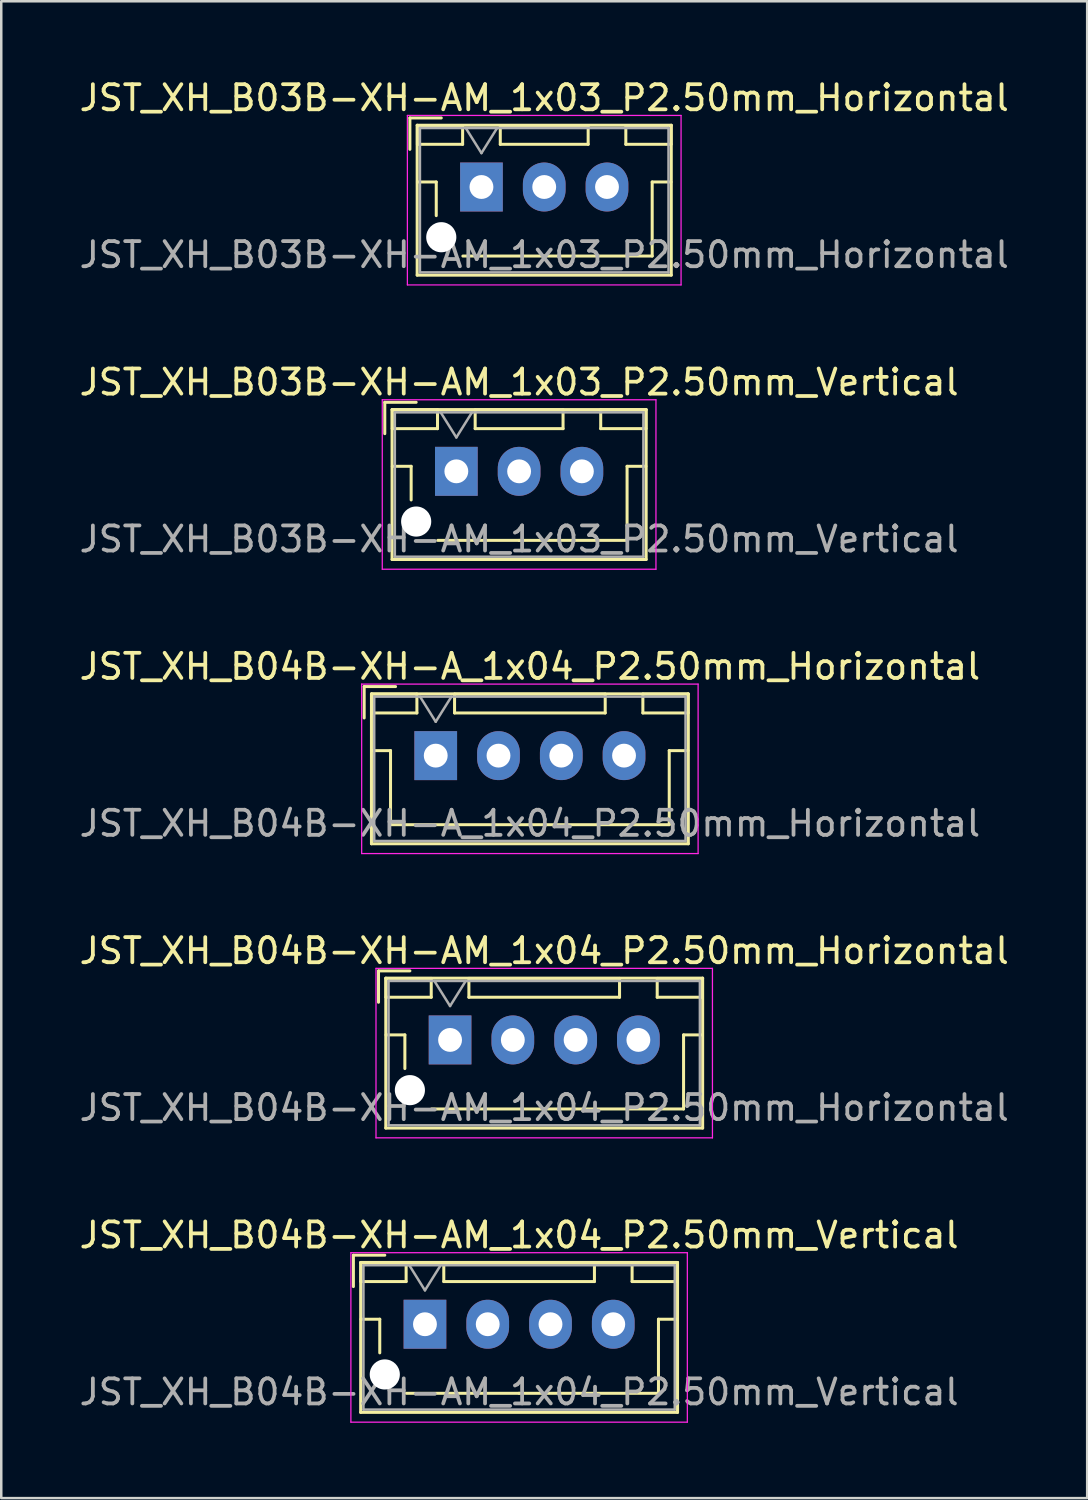
<source format=kicad_pcb>
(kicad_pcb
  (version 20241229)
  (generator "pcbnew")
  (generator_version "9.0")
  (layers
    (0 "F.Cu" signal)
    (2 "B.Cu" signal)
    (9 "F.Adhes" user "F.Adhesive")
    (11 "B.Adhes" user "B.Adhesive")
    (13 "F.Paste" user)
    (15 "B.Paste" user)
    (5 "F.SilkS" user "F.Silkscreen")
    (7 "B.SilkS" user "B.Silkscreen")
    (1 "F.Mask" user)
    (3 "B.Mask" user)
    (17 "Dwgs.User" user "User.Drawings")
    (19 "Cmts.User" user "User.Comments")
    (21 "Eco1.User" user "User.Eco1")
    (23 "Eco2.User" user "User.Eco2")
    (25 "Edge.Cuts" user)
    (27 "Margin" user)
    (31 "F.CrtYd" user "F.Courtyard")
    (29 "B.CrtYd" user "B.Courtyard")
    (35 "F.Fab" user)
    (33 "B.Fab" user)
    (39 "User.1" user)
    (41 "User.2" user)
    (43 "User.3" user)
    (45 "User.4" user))
  (footprint "JST_XH_B03B-XH-AM_1x03_P2.50mm_Vertical"
    (layer "F.Cu")
    (at 15.125 15.722)
    (property "Reference" "JST_XH_B03B-XH-AM_1x03_P2.50mm_Vertical" (at 2.5 -3.55 0) (layer "F.SilkS") (effects (font (size 1 1) (thickness 0.15))))
    (attr through_hole)
    (fp_line (start -2.85 -2.75) (end -2.85 -1.5) (stroke (width 0.12) (type solid)) (layer "F.SilkS"))
    (fp_line (start -2.56 -2.46) (end -2.56 3.51) (stroke (width 0.12) (type solid)) (layer "F.SilkS"))
    (fp_line (start -2.56 3.51) (end 7.56 3.51) (stroke (width 0.12) (type solid)) (layer "F.SilkS"))
    (fp_line (start -2.55 -2.45) (end -2.55 -1.7) (stroke (width 0.12) (type solid)) (layer "F.SilkS"))
    (fp_line (start -2.55 -1.7) (end -0.75 -1.7) (stroke (width 0.12) (type solid)) (layer "F.SilkS"))
    (fp_line (start -2.55 -0.2) (end -1.8 -0.2) (stroke (width 0.12) (type solid)) (layer "F.SilkS"))
    (fp_line (start -1.8 -0.2) (end -1.8 1.14) (stroke (width 0.12) (type solid)) (layer "F.SilkS"))
    (fp_line (start -1.6 -2.75) (end -2.85 -2.75) (stroke (width 0.12) (type solid)) (layer "F.SilkS"))
    (fp_line (start -0.75 -2.45) (end -2.55 -2.45) (stroke (width 0.12) (type solid)) (layer "F.SilkS"))
    (fp_line (start -0.75 -1.7) (end -0.75 -2.45) (stroke (width 0.12) (type solid)) (layer "F.SilkS"))
    (fp_line (start 0.75 -2.45) (end 0.75 -1.7) (stroke (width 0.12) (type solid)) (layer "F.SilkS"))
    (fp_line (start 0.75 -1.7) (end 4.25 -1.7) (stroke (width 0.12) (type solid)) (layer "F.SilkS"))
    (fp_line (start 2.5 2.75) (end -0.74 2.75) (stroke (width 0.12) (type solid)) (layer "F.SilkS"))
    (fp_line (start 4.25 -2.45) (end 0.75 -2.45) (stroke (width 0.12) (type solid)) (layer "F.SilkS"))
    (fp_line (start 4.25 -1.7) (end 4.25 -2.45) (stroke (width 0.12) (type solid)) (layer "F.SilkS"))
    (fp_line (start 5.75 -2.45) (end 5.75 -1.7) (stroke (width 0.12) (type solid)) (layer "F.SilkS"))
    (fp_line (start 5.75 -1.7) (end 7.55 -1.7) (stroke (width 0.12) (type solid)) (layer "F.SilkS"))
    (fp_line (start 6.8 -0.2) (end 6.8 2.75) (stroke (width 0.12) (type solid)) (layer "F.SilkS"))
    (fp_line (start 6.8 2.75) (end 2.5 2.75) (stroke (width 0.12) (type solid)) (layer "F.SilkS"))
    (fp_line (start 7.55 -2.45) (end 5.75 -2.45) (stroke (width 0.12) (type solid)) (layer "F.SilkS"))
    (fp_line (start 7.55 -1.7) (end 7.55 -2.45) (stroke (width 0.12) (type solid)) (layer "F.SilkS"))
    (fp_line (start 7.55 -0.2) (end 6.8 -0.2) (stroke (width 0.12) (type solid)) (layer "F.SilkS"))
    (fp_line (start 7.56 -2.46) (end -2.56 -2.46) (stroke (width 0.12) (type solid)) (layer "F.SilkS"))
    (fp_line (start 7.56 3.51) (end 7.56 -2.46) (stroke (width 0.12) (type solid)) (layer "F.SilkS"))
    (fp_line (start -2.95 -2.85) (end -2.95 3.9) (stroke (width 0.05) (type solid)) (layer "F.CrtYd"))
    (fp_line (start -2.95 3.9) (end 7.95 3.9) (stroke (width 0.05) (type solid)) (layer "F.CrtYd"))
    (fp_line (start 7.95 -2.85) (end -2.95 -2.85) (stroke (width 0.05) (type solid)) (layer "F.CrtYd"))
    (fp_line (start 7.95 3.9) (end 7.95 -2.85) (stroke (width 0.05) (type solid)) (layer "F.CrtYd"))
    (fp_line (start -2.45 -2.35) (end -2.45 3.4) (stroke (width 0.1) (type solid)) (layer "F.Fab"))
    (fp_line (start -2.45 3.4) (end 7.45 3.4) (stroke (width 0.1) (type solid)) (layer "F.Fab"))
    (fp_line (start -0.625 -2.35) (end 0 -1.35) (stroke (width 0.1) (type solid)) (layer "F.Fab"))
    (fp_line (start 0 -1.35) (end 0.625 -2.35) (stroke (width 0.1) (type solid)) (layer "F.Fab"))
    (fp_line (start 7.45 -2.35) (end -2.45 -2.35) (stroke (width 0.1) (type solid)) (layer "F.Fab"))
    (fp_line (start 7.45 3.4) (end 7.45 -2.35) (stroke (width 0.1) (type solid)) (layer "F.Fab"))
    (fp_text user "${REFERENCE}" (at 2.5 2.7 0) (layer "F.Fab") (effects (font (size 1 1) (thickness 0.15))))
    (pad "" np_thru_hole circle (at -1.6 2) (size 1.2 1.2) (drill 1.2) (layers "*.Cu" "*.Mask"))
    (pad "1" thru_hole rect (at 0 0) (size 1.7 1.95) (drill 0.95) (layers "*.Cu" "*.Mask"))
    (pad "2" thru_hole oval (at 2.5 0) (size 1.7 1.95) (drill 0.95) (layers "*.Cu" "*.Mask"))
    (pad "3" thru_hole oval (at 5 0) (size 1.7 1.95) (drill 0.95) (layers "*.Cu" "*.Mask")))
  (footprint "JST_XH_B03B-XH-AM_1x03_P2.50mm_Horizontal"
    (layer "F.Cu")
    (at 16.125 4.398)
    (property "Reference" "JST_XH_B03B-XH-AM_1x03_P2.50mm_Horizontal" (at 2.5 -3.55 0) (layer "F.SilkS") (effects (font (size 1 1) (thickness 0.15))))
    (attr through_hole)
    (fp_line (start -2.85 -2.75) (end -2.85 -1.5) (stroke (width 0.12) (type solid)) (layer "F.SilkS"))
    (fp_line (start -2.56 -2.46) (end -2.56 3.51) (stroke (width 0.12) (type solid)) (layer "F.SilkS"))
    (fp_line (start -2.56 3.51) (end 7.56 3.51) (stroke (width 0.12) (type solid)) (layer "F.SilkS"))
    (fp_line (start -2.55 -2.45) (end -2.55 -1.7) (stroke (width 0.12) (type solid)) (layer "F.SilkS"))
    (fp_line (start -2.55 -1.7) (end -0.75 -1.7) (stroke (width 0.12) (type solid)) (layer "F.SilkS"))
    (fp_line (start -2.55 -0.2) (end -1.8 -0.2) (stroke (width 0.12) (type solid)) (layer "F.SilkS"))
    (fp_line (start -1.8 -0.2) (end -1.8 1.14) (stroke (width 0.12) (type solid)) (layer "F.SilkS"))
    (fp_line (start -1.6 -2.75) (end -2.85 -2.75) (stroke (width 0.12) (type solid)) (layer "F.SilkS"))
    (fp_line (start -0.75 -2.45) (end -2.55 -2.45) (stroke (width 0.12) (type solid)) (layer "F.SilkS"))
    (fp_line (start -0.75 -1.7) (end -0.75 -2.45) (stroke (width 0.12) (type solid)) (layer "F.SilkS"))
    (fp_line (start 0.75 -2.45) (end 0.75 -1.7) (stroke (width 0.12) (type solid)) (layer "F.SilkS"))
    (fp_line (start 0.75 -1.7) (end 4.25 -1.7) (stroke (width 0.12) (type solid)) (layer "F.SilkS"))
    (fp_line (start 2.5 2.75) (end -0.74 2.75) (stroke (width 0.12) (type solid)) (layer "F.SilkS"))
    (fp_line (start 4.25 -2.45) (end 0.75 -2.45) (stroke (width 0.12) (type solid)) (layer "F.SilkS"))
    (fp_line (start 4.25 -1.7) (end 4.25 -2.45) (stroke (width 0.12) (type solid)) (layer "F.SilkS"))
    (fp_line (start 5.75 -2.45) (end 5.75 -1.7) (stroke (width 0.12) (type solid)) (layer "F.SilkS"))
    (fp_line (start 5.75 -1.7) (end 7.55 -1.7) (stroke (width 0.12) (type solid)) (layer "F.SilkS"))
    (fp_line (start 6.8 -0.2) (end 6.8 2.75) (stroke (width 0.12) (type solid)) (layer "F.SilkS"))
    (fp_line (start 6.8 2.75) (end 2.5 2.75) (stroke (width 0.12) (type solid)) (layer "F.SilkS"))
    (fp_line (start 7.55 -2.45) (end 5.75 -2.45) (stroke (width 0.12) (type solid)) (layer "F.SilkS"))
    (fp_line (start 7.55 -1.7) (end 7.55 -2.45) (stroke (width 0.12) (type solid)) (layer "F.SilkS"))
    (fp_line (start 7.55 -0.2) (end 6.8 -0.2) (stroke (width 0.12) (type solid)) (layer "F.SilkS"))
    (fp_line (start 7.56 -2.46) (end -2.56 -2.46) (stroke (width 0.12) (type solid)) (layer "F.SilkS"))
    (fp_line (start 7.56 3.51) (end 7.56 -2.46) (stroke (width 0.12) (type solid)) (layer "F.SilkS"))
    (fp_line (start -2.95 -2.85) (end -2.95 3.9) (stroke (width 0.05) (type solid)) (layer "F.CrtYd"))
    (fp_line (start -2.95 3.9) (end 7.95 3.9) (stroke (width 0.05) (type solid)) (layer "F.CrtYd"))
    (fp_line (start 7.95 -2.85) (end -2.95 -2.85) (stroke (width 0.05) (type solid)) (layer "F.CrtYd"))
    (fp_line (start 7.95 3.9) (end 7.95 -2.85) (stroke (width 0.05) (type solid)) (layer "F.CrtYd"))
    (fp_line (start -2.45 -2.35) (end -2.45 3.4) (stroke (width 0.1) (type solid)) (layer "F.Fab"))
    (fp_line (start -2.45 3.4) (end 7.45 3.4) (stroke (width 0.1) (type solid)) (layer "F.Fab"))
    (fp_line (start -0.625 -2.35) (end 0 -1.35) (stroke (width 0.1) (type solid)) (layer "F.Fab"))
    (fp_line (start 0 -1.35) (end 0.625 -2.35) (stroke (width 0.1) (type solid)) (layer "F.Fab"))
    (fp_line (start 7.45 -2.35) (end -2.45 -2.35) (stroke (width 0.1) (type solid)) (layer "F.Fab"))
    (fp_line (start 7.45 3.4) (end 7.45 -2.35) (stroke (width 0.1) (type solid)) (layer "F.Fab"))
    (fp_text user "${REFERENCE}" (at 2.5 2.7 0) (layer "F.Fab") (effects (font (size 1 1) (thickness 0.15))))
    (pad "" np_thru_hole circle (at -1.6 2) (size 1.2 1.2) (drill 1.2) (layers "*.Cu" "*.Mask"))
    (pad "1" thru_hole rect (at 0 0) (size 1.7 1.95) (drill 0.95) (layers "*.Cu" "*.Mask"))
    (pad "2" thru_hole oval (at 2.5 0) (size 1.7 1.95) (drill 0.95) (layers "*.Cu" "*.Mask"))
    (pad "3" thru_hole oval (at 5 0) (size 1.7 1.95) (drill 0.95) (layers "*.Cu" "*.Mask")))
  (footprint "JST_XH_B04B-XH-AM_1x04_P2.50mm_Horizontal"
    (layer "F.Cu")
    (at 14.875 38.368)
    (property "Reference" "JST_XH_B04B-XH-AM_1x04_P2.50mm_Horizontal" (at 3.75 -3.55 0) (layer "F.SilkS") (effects (font (size 1 1) (thickness 0.15))))
    (attr through_hole)
    (fp_line (start -2.85 -2.75) (end -2.85 -1.5) (stroke (width 0.12) (type solid)) (layer "F.SilkS"))
    (fp_line (start -2.56 -2.46) (end -2.56 3.51) (stroke (width 0.12) (type solid)) (layer "F.SilkS"))
    (fp_line (start -2.56 3.51) (end 10.06 3.51) (stroke (width 0.12) (type solid)) (layer "F.SilkS"))
    (fp_line (start -2.55 -2.45) (end -2.55 -1.7) (stroke (width 0.12) (type solid)) (layer "F.SilkS"))
    (fp_line (start -2.55 -1.7) (end -0.75 -1.7) (stroke (width 0.12) (type solid)) (layer "F.SilkS"))
    (fp_line (start -2.55 -0.2) (end -1.8 -0.2) (stroke (width 0.12) (type solid)) (layer "F.SilkS"))
    (fp_line (start -1.8 -0.2) (end -1.8 1.14) (stroke (width 0.12) (type solid)) (layer "F.SilkS"))
    (fp_line (start -1.6 -2.75) (end -2.85 -2.75) (stroke (width 0.12) (type solid)) (layer "F.SilkS"))
    (fp_line (start -0.75 -2.45) (end -2.55 -2.45) (stroke (width 0.12) (type solid)) (layer "F.SilkS"))
    (fp_line (start -0.75 -1.7) (end -0.75 -2.45) (stroke (width 0.12) (type solid)) (layer "F.SilkS"))
    (fp_line (start 0.75 -2.45) (end 0.75 -1.7) (stroke (width 0.12) (type solid)) (layer "F.SilkS"))
    (fp_line (start 0.75 -1.7) (end 6.75 -1.7) (stroke (width 0.12) (type solid)) (layer "F.SilkS"))
    (fp_line (start 3.75 2.75) (end -0.74 2.75) (stroke (width 0.12) (type solid)) (layer "F.SilkS"))
    (fp_line (start 6.75 -2.45) (end 0.75 -2.45) (stroke (width 0.12) (type solid)) (layer "F.SilkS"))
    (fp_line (start 6.75 -1.7) (end 6.75 -2.45) (stroke (width 0.12) (type solid)) (layer "F.SilkS"))
    (fp_line (start 8.25 -2.45) (end 8.25 -1.7) (stroke (width 0.12) (type solid)) (layer "F.SilkS"))
    (fp_line (start 8.25 -1.7) (end 10.05 -1.7) (stroke (width 0.12) (type solid)) (layer "F.SilkS"))
    (fp_line (start 9.3 -0.2) (end 9.3 2.75) (stroke (width 0.12) (type solid)) (layer "F.SilkS"))
    (fp_line (start 9.3 2.75) (end 3.75 2.75) (stroke (width 0.12) (type solid)) (layer "F.SilkS"))
    (fp_line (start 10.05 -2.45) (end 8.25 -2.45) (stroke (width 0.12) (type solid)) (layer "F.SilkS"))
    (fp_line (start 10.05 -1.7) (end 10.05 -2.45) (stroke (width 0.12) (type solid)) (layer "F.SilkS"))
    (fp_line (start 10.05 -0.2) (end 9.3 -0.2) (stroke (width 0.12) (type solid)) (layer "F.SilkS"))
    (fp_line (start 10.06 -2.46) (end -2.56 -2.46) (stroke (width 0.12) (type solid)) (layer "F.SilkS"))
    (fp_line (start 10.06 3.51) (end 10.06 -2.46) (stroke (width 0.12) (type solid)) (layer "F.SilkS"))
    (fp_line (start -2.95 -2.85) (end -2.95 3.9) (stroke (width 0.05) (type solid)) (layer "F.CrtYd"))
    (fp_line (start -2.95 3.9) (end 10.45 3.9) (stroke (width 0.05) (type solid)) (layer "F.CrtYd"))
    (fp_line (start 10.45 -2.85) (end -2.95 -2.85) (stroke (width 0.05) (type solid)) (layer "F.CrtYd"))
    (fp_line (start 10.45 3.9) (end 10.45 -2.85) (stroke (width 0.05) (type solid)) (layer "F.CrtYd"))
    (fp_line (start -2.45 -2.35) (end -2.45 3.4) (stroke (width 0.1) (type solid)) (layer "F.Fab"))
    (fp_line (start -2.45 3.4) (end 9.95 3.4) (stroke (width 0.1) (type solid)) (layer "F.Fab"))
    (fp_line (start -0.625 -2.35) (end 0 -1.35) (stroke (width 0.1) (type solid)) (layer "F.Fab"))
    (fp_line (start 0 -1.35) (end 0.625 -2.35) (stroke (width 0.1) (type solid)) (layer "F.Fab"))
    (fp_line (start 9.95 -2.35) (end -2.45 -2.35) (stroke (width 0.1) (type solid)) (layer "F.Fab"))
    (fp_line (start 9.95 3.4) (end 9.95 -2.35) (stroke (width 0.1) (type solid)) (layer "F.Fab"))
    (fp_text user "${REFERENCE}" (at 3.75 2.7 0) (layer "F.Fab") (effects (font (size 1 1) (thickness 0.15))))
    (pad "" np_thru_hole circle (at -1.6 2) (size 1.2 1.2) (drill 1.2) (layers "*.Cu" "*.Mask"))
    (pad "1" thru_hole rect (at 0 0) (size 1.7 1.95) (drill 0.95) (layers "*.Cu" "*.Mask"))
    (pad "2" thru_hole oval (at 2.5 0) (size 1.7 1.95) (drill 0.95) (layers "*.Cu" "*.Mask"))
    (pad "3" thru_hole oval (at 5 0) (size 1.7 1.95) (drill 0.95) (layers "*.Cu" "*.Mask"))
    (pad "4" thru_hole oval (at 7.5 0) (size 1.7 1.95) (drill 0.95) (layers "*.Cu" "*.Mask")))
  (footprint "JST_XH_B04B-XH-A_1x04_P2.50mm_Horizontal"
    (layer "F.Cu")
    (at 14.304 27.045)
    (property "Reference" "JST_XH_B04B-XH-A_1x04_P2.50mm_Horizontal" (at 3.75 -3.55 0) (layer "F.SilkS") (effects (font (size 1 1) (thickness 0.15))))
    (attr through_hole)
    (fp_line (start -2.85 -2.75) (end -2.85 -1.5) (stroke (width 0.12) (type solid)) (layer "F.SilkS"))
    (fp_line (start -2.56 -2.46) (end -2.56 3.51) (stroke (width 0.12) (type solid)) (layer "F.SilkS"))
    (fp_line (start -2.56 3.51) (end 10.06 3.51) (stroke (width 0.12) (type solid)) (layer "F.SilkS"))
    (fp_line (start -2.55 -2.45) (end -2.55 -1.7) (stroke (width 0.12) (type solid)) (layer "F.SilkS"))
    (fp_line (start -2.55 -1.7) (end -0.75 -1.7) (stroke (width 0.12) (type solid)) (layer "F.SilkS"))
    (fp_line (start -2.55 -0.2) (end -1.8 -0.2) (stroke (width 0.12) (type solid)) (layer "F.SilkS"))
    (fp_line (start -1.8 -0.2) (end -1.8 2.75) (stroke (width 0.12) (type solid)) (layer "F.SilkS"))
    (fp_line (start -1.8 2.75) (end 3.75 2.75) (stroke (width 0.12) (type solid)) (layer "F.SilkS"))
    (fp_line (start -1.6 -2.75) (end -2.85 -2.75) (stroke (width 0.12) (type solid)) (layer "F.SilkS"))
    (fp_line (start -0.75 -2.45) (end -2.55 -2.45) (stroke (width 0.12) (type solid)) (layer "F.SilkS"))
    (fp_line (start -0.75 -1.7) (end -0.75 -2.45) (stroke (width 0.12) (type solid)) (layer "F.SilkS"))
    (fp_line (start 0.75 -2.45) (end 0.75 -1.7) (stroke (width 0.12) (type solid)) (layer "F.SilkS"))
    (fp_line (start 0.75 -1.7) (end 6.75 -1.7) (stroke (width 0.12) (type solid)) (layer "F.SilkS"))
    (fp_line (start 6.75 -2.45) (end 0.75 -2.45) (stroke (width 0.12) (type solid)) (layer "F.SilkS"))
    (fp_line (start 6.75 -1.7) (end 6.75 -2.45) (stroke (width 0.12) (type solid)) (layer "F.SilkS"))
    (fp_line (start 8.25 -2.45) (end 8.25 -1.7) (stroke (width 0.12) (type solid)) (layer "F.SilkS"))
    (fp_line (start 8.25 -1.7) (end 10.05 -1.7) (stroke (width 0.12) (type solid)) (layer "F.SilkS"))
    (fp_line (start 9.3 -0.2) (end 9.3 2.75) (stroke (width 0.12) (type solid)) (layer "F.SilkS"))
    (fp_line (start 9.3 2.75) (end 3.75 2.75) (stroke (width 0.12) (type solid)) (layer "F.SilkS"))
    (fp_line (start 10.05 -2.45) (end 8.25 -2.45) (stroke (width 0.12) (type solid)) (layer "F.SilkS"))
    (fp_line (start 10.05 -1.7) (end 10.05 -2.45) (stroke (width 0.12) (type solid)) (layer "F.SilkS"))
    (fp_line (start 10.05 -0.2) (end 9.3 -0.2) (stroke (width 0.12) (type solid)) (layer "F.SilkS"))
    (fp_line (start 10.06 -2.46) (end -2.56 -2.46) (stroke (width 0.12) (type solid)) (layer "F.SilkS"))
    (fp_line (start 10.06 3.51) (end 10.06 -2.46) (stroke (width 0.12) (type solid)) (layer "F.SilkS"))
    (fp_line (start -2.95 -2.85) (end -2.95 3.9) (stroke (width 0.05) (type solid)) (layer "F.CrtYd"))
    (fp_line (start -2.95 3.9) (end 10.45 3.9) (stroke (width 0.05) (type solid)) (layer "F.CrtYd"))
    (fp_line (start 10.45 -2.85) (end -2.95 -2.85) (stroke (width 0.05) (type solid)) (layer "F.CrtYd"))
    (fp_line (start 10.45 3.9) (end 10.45 -2.85) (stroke (width 0.05) (type solid)) (layer "F.CrtYd"))
    (fp_line (start -2.45 -2.35) (end -2.45 3.4) (stroke (width 0.1) (type solid)) (layer "F.Fab"))
    (fp_line (start -2.45 3.4) (end 9.95 3.4) (stroke (width 0.1) (type solid)) (layer "F.Fab"))
    (fp_line (start -0.625 -2.35) (end 0 -1.35) (stroke (width 0.1) (type solid)) (layer "F.Fab"))
    (fp_line (start 0 -1.35) (end 0.625 -2.35) (stroke (width 0.1) (type solid)) (layer "F.Fab"))
    (fp_line (start 9.95 -2.35) (end -2.45 -2.35) (stroke (width 0.1) (type solid)) (layer "F.Fab"))
    (fp_line (start 9.95 3.4) (end 9.95 -2.35) (stroke (width 0.1) (type solid)) (layer "F.Fab"))
    (fp_text user "${REFERENCE}" (at 3.75 2.7 0) (layer "F.Fab") (effects (font (size 1 1) (thickness 0.15))))
    (pad "1" thru_hole rect (at 0 0) (size 1.7 1.95) (drill 0.95) (layers "*.Cu" "*.Mask"))
    (pad "2" thru_hole oval (at 2.5 0) (size 1.7 1.95) (drill 0.95) (layers "*.Cu" "*.Mask"))
    (pad "3" thru_hole oval (at 5 0) (size 1.7 1.95) (drill 0.95) (layers "*.Cu" "*.Mask"))
    (pad "4" thru_hole oval (at 7.5 0) (size 1.7 1.95) (drill 0.95) (layers "*.Cu" "*.Mask")))
  (footprint "JST_XH_B04B-XH-AM_1x04_P2.50mm_Vertical"
    (layer "F.Cu")
    (at 13.875 49.691)
    (property "Reference" "JST_XH_B04B-XH-AM_1x04_P2.50mm_Vertical" (at 3.75 -3.55 0) (layer "F.SilkS") (effects (font (size 1 1) (thickness 0.15))))
    (attr through_hole)
    (fp_line (start -2.85 -2.75) (end -2.85 -1.5) (stroke (width 0.12) (type solid)) (layer "F.SilkS"))
    (fp_line (start -2.56 -2.46) (end -2.56 3.51) (stroke (width 0.12) (type solid)) (layer "F.SilkS"))
    (fp_line (start -2.56 3.51) (end 10.06 3.51) (stroke (width 0.12) (type solid)) (layer "F.SilkS"))
    (fp_line (start -2.55 -2.45) (end -2.55 -1.7) (stroke (width 0.12) (type solid)) (layer "F.SilkS"))
    (fp_line (start -2.55 -1.7) (end -0.75 -1.7) (stroke (width 0.12) (type solid)) (layer "F.SilkS"))
    (fp_line (start -2.55 -0.2) (end -1.8 -0.2) (stroke (width 0.12) (type solid)) (layer "F.SilkS"))
    (fp_line (start -1.8 -0.2) (end -1.8 1.14) (stroke (width 0.12) (type solid)) (layer "F.SilkS"))
    (fp_line (start -1.6 -2.75) (end -2.85 -2.75) (stroke (width 0.12) (type solid)) (layer "F.SilkS"))
    (fp_line (start -0.75 -2.45) (end -2.55 -2.45) (stroke (width 0.12) (type solid)) (layer "F.SilkS"))
    (fp_line (start -0.75 -1.7) (end -0.75 -2.45) (stroke (width 0.12) (type solid)) (layer "F.SilkS"))
    (fp_line (start 0.75 -2.45) (end 0.75 -1.7) (stroke (width 0.12) (type solid)) (layer "F.SilkS"))
    (fp_line (start 0.75 -1.7) (end 6.75 -1.7) (stroke (width 0.12) (type solid)) (layer "F.SilkS"))
    (fp_line (start 3.75 2.75) (end -0.74 2.75) (stroke (width 0.12) (type solid)) (layer "F.SilkS"))
    (fp_line (start 6.75 -2.45) (end 0.75 -2.45) (stroke (width 0.12) (type solid)) (layer "F.SilkS"))
    (fp_line (start 6.75 -1.7) (end 6.75 -2.45) (stroke (width 0.12) (type solid)) (layer "F.SilkS"))
    (fp_line (start 8.25 -2.45) (end 8.25 -1.7) (stroke (width 0.12) (type solid)) (layer "F.SilkS"))
    (fp_line (start 8.25 -1.7) (end 10.05 -1.7) (stroke (width 0.12) (type solid)) (layer "F.SilkS"))
    (fp_line (start 9.3 -0.2) (end 9.3 2.75) (stroke (width 0.12) (type solid)) (layer "F.SilkS"))
    (fp_line (start 9.3 2.75) (end 3.75 2.75) (stroke (width 0.12) (type solid)) (layer "F.SilkS"))
    (fp_line (start 10.05 -2.45) (end 8.25 -2.45) (stroke (width 0.12) (type solid)) (layer "F.SilkS"))
    (fp_line (start 10.05 -1.7) (end 10.05 -2.45) (stroke (width 0.12) (type solid)) (layer "F.SilkS"))
    (fp_line (start 10.05 -0.2) (end 9.3 -0.2) (stroke (width 0.12) (type solid)) (layer "F.SilkS"))
    (fp_line (start 10.06 -2.46) (end -2.56 -2.46) (stroke (width 0.12) (type solid)) (layer "F.SilkS"))
    (fp_line (start 10.06 3.51) (end 10.06 -2.46) (stroke (width 0.12) (type solid)) (layer "F.SilkS"))
    (fp_line (start -2.95 -2.85) (end -2.95 3.9) (stroke (width 0.05) (type solid)) (layer "F.CrtYd"))
    (fp_line (start -2.95 3.9) (end 10.45 3.9) (stroke (width 0.05) (type solid)) (layer "F.CrtYd"))
    (fp_line (start 10.45 -2.85) (end -2.95 -2.85) (stroke (width 0.05) (type solid)) (layer "F.CrtYd"))
    (fp_line (start 10.45 3.9) (end 10.45 -2.85) (stroke (width 0.05) (type solid)) (layer "F.CrtYd"))
    (fp_line (start -2.45 -2.35) (end -2.45 3.4) (stroke (width 0.1) (type solid)) (layer "F.Fab"))
    (fp_line (start -2.45 3.4) (end 9.95 3.4) (stroke (width 0.1) (type solid)) (layer "F.Fab"))
    (fp_line (start -0.625 -2.35) (end 0 -1.35) (stroke (width 0.1) (type solid)) (layer "F.Fab"))
    (fp_line (start 0 -1.35) (end 0.625 -2.35) (stroke (width 0.1) (type solid)) (layer "F.Fab"))
    (fp_line (start 9.95 -2.35) (end -2.45 -2.35) (stroke (width 0.1) (type solid)) (layer "F.Fab"))
    (fp_line (start 9.95 3.4) (end 9.95 -2.35) (stroke (width 0.1) (type solid)) (layer "F.Fab"))
    (fp_text user "${REFERENCE}" (at 3.75 2.7 0) (layer "F.Fab") (effects (font (size 1 1) (thickness 0.15))))
    (pad "" np_thru_hole circle (at -1.6 2) (size 1.2 1.2) (drill 1.2) (layers "*.Cu" "*.Mask"))
    (pad "1" thru_hole rect (at 0 0) (size 1.7 1.95) (drill 0.95) (layers "*.Cu" "*.Mask"))
    (pad "2" thru_hole oval (at 2.5 0) (size 1.7 1.95) (drill 0.95) (layers "*.Cu" "*.Mask"))
    (pad "3" thru_hole oval (at 5 0) (size 1.7 1.95) (drill 0.95) (layers "*.Cu" "*.Mask"))
    (pad "4" thru_hole oval (at 7.5 0) (size 1.7 1.95) (drill 0.95) (layers "*.Cu" "*.Mask")))
  (gr_rect
    (start -3 -3)
    (end 40.25 56.616)
    (stroke (width 0.1) (type default))
    (fill no)
    (layer "Edge.Cuts")))
</source>
